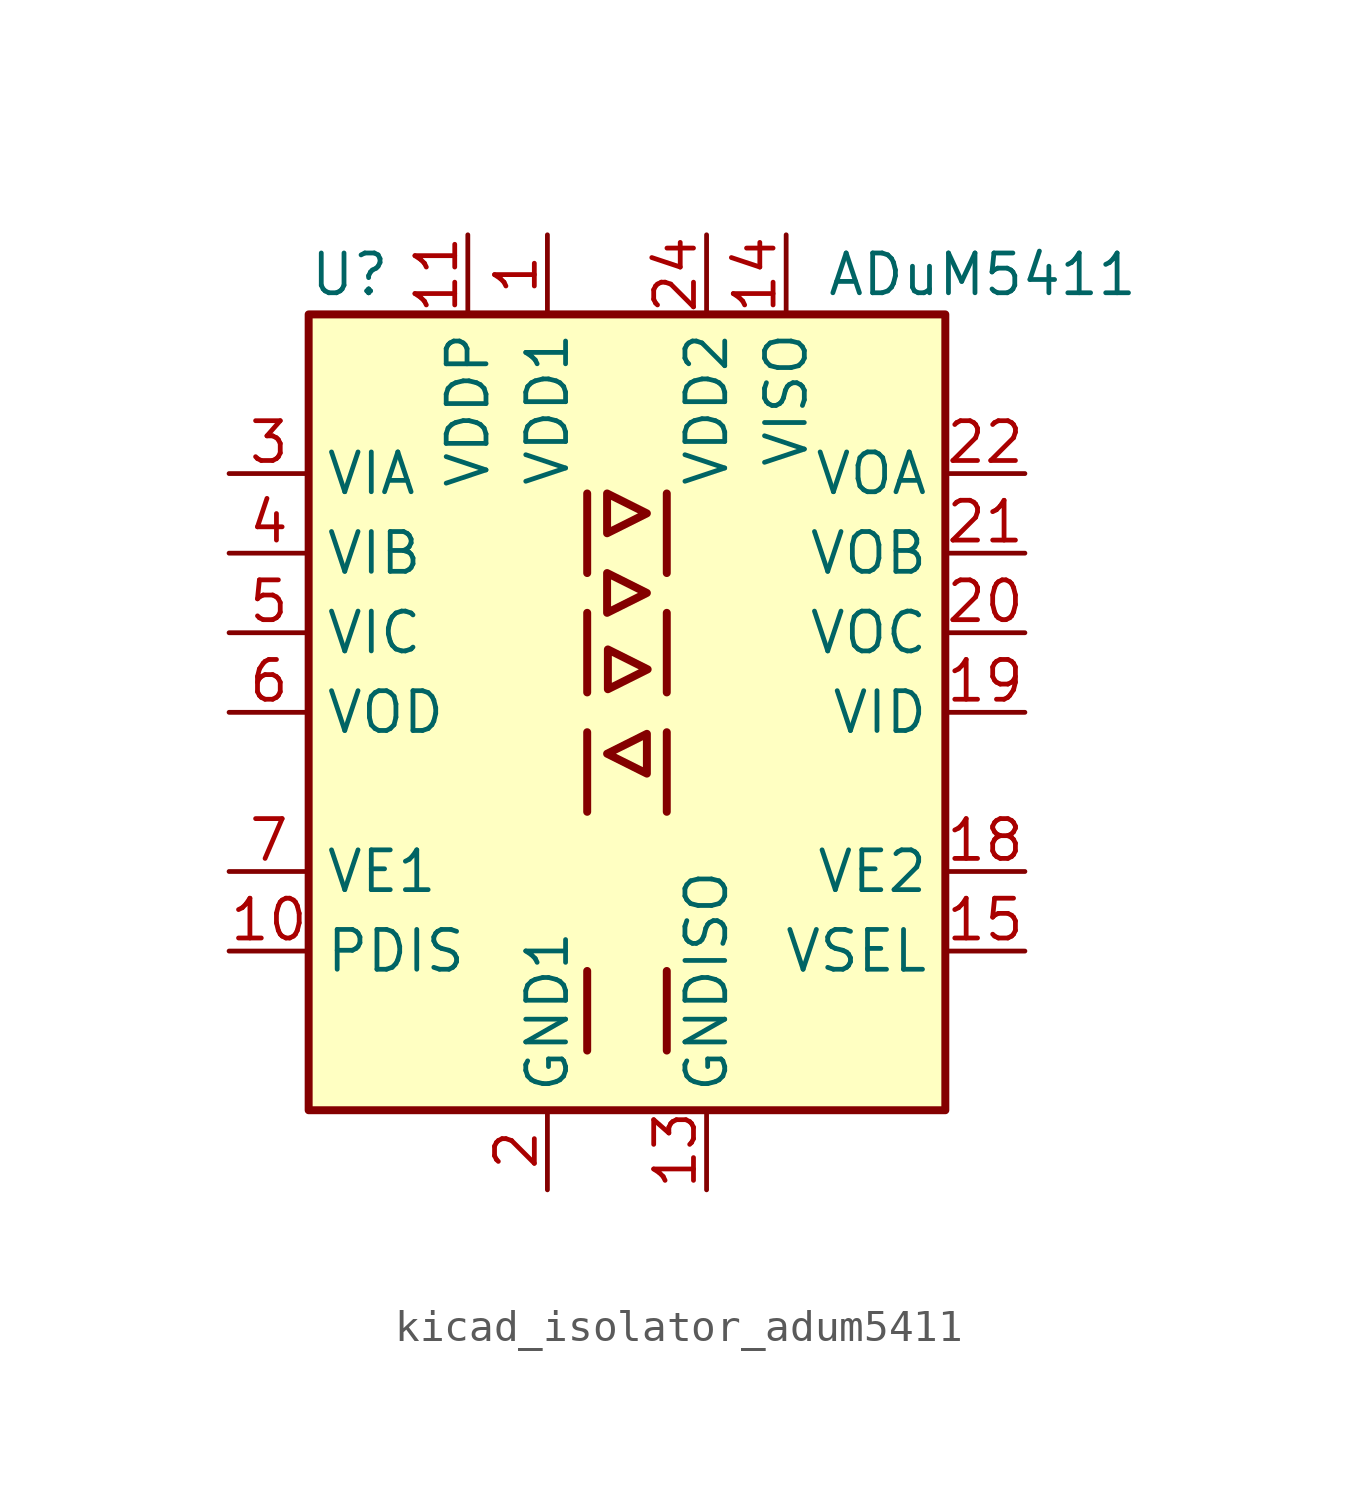
<source format=kicad_sym>
(kicad_symbol_lib
  (version 20220914)
  (generator kicad_symbol_editor)
  (symbol "kicad_isolator_adum5411"
    (property "Reference" "U"
      (at -10.16 13.97 0)
      (effects (font (size 1.27 1.27)) (justify left)))
    (property "Value" "ADuM5411"
      (at 6.35 13.97 0)
      (effects (font (size 1.27 1.27)) (justify left)))
    (symbol "kicad_isolator_adum5411_1_1"
      (rectangle (start -10.16 12.7) (end 10.16 -12.7) (stroke (width 0.254) (type default)) (fill (type background)))
      (polyline (pts (xy -1.27 -8.255) (xy -1.27 -10.795)) (stroke (width 0.254) (type default)) (fill (type none)))
      (polyline (pts (xy -1.27 -0.635) (xy -1.27 -3.175)) (stroke (width 0.254) (type default)) (fill (type none)))
      (polyline (pts (xy -1.27 3.175) (xy -1.27 0.635)) (stroke (width 0.254) (type default)) (fill (type none)))
      (polyline (pts (xy -1.27 6.985) (xy -1.27 4.445)) (stroke (width 0.254) (type default)) (fill (type none)))
      (polyline (pts (xy 1.27 -8.255) (xy 1.27 -10.795)) (stroke (width 0.254) (type default)) (fill (type none)))
      (polyline (pts (xy 1.27 -0.635) (xy 1.27 -3.175)) (stroke (width 0.254) (type default)) (fill (type none)))
      (polyline (pts (xy 1.27 3.175) (xy 1.27 0.635)) (stroke (width 0.254) (type default)) (fill (type none)))
      (polyline (pts (xy 1.27 6.985) (xy 1.27 4.445)) (stroke (width 0.254) (type default)) (fill (type none)))
      (polyline (pts (xy -0.635 4.445) (xy -0.635 3.175) (xy 0.635 3.81) (xy -0.635 4.445)) (stroke (width 0.254) (type default)) (fill (type none)))
      (polyline (pts (xy -0.635 5.715) (xy 0.635 6.35) (xy -0.635 6.985) (xy -0.635 5.715)) (stroke (width 0.254) (type default)) (fill (type none)))
      (polyline (pts (xy -0.61 2.007) (xy 0.66 1.372) (xy -0.61 0.737) (xy -0.61 2.007)) (stroke (width 0.254) (type default)) (fill (type none)))
      (polyline (pts (xy 0.635 -0.686) (xy 0.635 -1.956) (xy -0.635 -1.321) (xy 0.635 -0.686)) (stroke (width 0.254) (type default)) (fill (type none)))
      (pin power_in line (at -2.54 15.24 270) (length 2.54) (name "VDD1" (effects (font (size 1.27 1.27)))) (number "1" (effects (font (size 1.27 1.27)))))
      (pin input line (at -12.7 -7.62 0) (length 2.54) (name "PDIS" (effects (font (size 1.27 1.27)))) (number "10" (effects (font (size 1.27 1.27)))))
      (pin power_in line (at -5.08 15.24 270) (length 2.54) (name "VDDP" (effects (font (size 1.27 1.27)))) (number "11" (effects (font (size 1.27 1.27)))))
      (pin passive line (at -2.54 -15.24 90) (length 2.54) hide (name "GND1" (effects (font (size 1.27 1.27)))) (number "12" (effects (font (size 1.27 1.27)))))
      (pin power_in line (at 2.54 -15.24 90) (length 2.54) (name "GNDISO" (effects (font (size 1.27 1.27)))) (number "13" (effects (font (size 1.27 1.27)))))
      (pin power_out line (at 5.08 15.24 270) (length 2.54) (name "VISO" (effects (font (size 1.27 1.27)))) (number "14" (effects (font (size 1.27 1.27)))))
      (pin input line (at 12.7 -7.62 180) (length 2.54) (name "VSEL" (effects (font (size 1.27 1.27)))) (number "15" (effects (font (size 1.27 1.27)))))
      (pin passive line (at 2.54 -15.24 90) (length 2.54) hide (name "GNDISO" (effects (font (size 1.27 1.27)))) (number "16" (effects (font (size 1.27 1.27)))))
      (pin no_connect line (at 10.16 -2.54 180) (length 2.54) hide (name "NC" (effects (font (size 1.27 1.27)))) (number "17" (effects (font (size 1.27 1.27)))))
      (pin input line (at 12.7 -5.08 180) (length 2.54) (name "VE2" (effects (font (size 1.27 1.27)))) (number "18" (effects (font (size 1.27 1.27)))))
      (pin input line (at 12.7 0 180) (length 2.54) (name "VID" (effects (font (size 1.27 1.27)))) (number "19" (effects (font (size 1.27 1.27)))))
      (pin power_in line (at -2.54 -15.24 90) (length 2.54) (name "GND1" (effects (font (size 1.27 1.27)))) (number "2" (effects (font (size 1.27 1.27)))))
      (pin output line (at 12.7 2.54 180) (length 2.54) (name "VOC" (effects (font (size 1.27 1.27)))) (number "20" (effects (font (size 1.27 1.27)))))
      (pin output line (at 12.7 5.08 180) (length 2.54) (name "VOB" (effects (font (size 1.27 1.27)))) (number "21" (effects (font (size 1.27 1.27)))))
      (pin output line (at 12.7 7.62 180) (length 2.54) (name "VOA" (effects (font (size 1.27 1.27)))) (number "22" (effects (font (size 1.27 1.27)))))
      (pin passive line (at 2.54 -15.24 90) (length 2.54) hide (name "GNDISO" (effects (font (size 1.27 1.27)))) (number "23" (effects (font (size 1.27 1.27)))))
      (pin power_in line (at 2.54 15.24 270) (length 2.54) (name "VDD2" (effects (font (size 1.27 1.27)))) (number "24" (effects (font (size 1.27 1.27)))))
      (pin input line (at -12.7 7.62 0) (length 2.54) (name "VIA" (effects (font (size 1.27 1.27)))) (number "3" (effects (font (size 1.27 1.27)))))
      (pin input line (at -12.7 5.08 0) (length 2.54) (name "VIB" (effects (font (size 1.27 1.27)))) (number "4" (effects (font (size 1.27 1.27)))))
      (pin input line (at -12.7 2.54 0) (length 2.54) (name "VIC" (effects (font (size 1.27 1.27)))) (number "5" (effects (font (size 1.27 1.27)))))
      (pin output line (at -12.7 0 0) (length 2.54) (name "VOD" (effects (font (size 1.27 1.27)))) (number "6" (effects (font (size 1.27 1.27)))))
      (pin input line (at -12.7 -5.08 0) (length 2.54) (name "VE1" (effects (font (size 1.27 1.27)))) (number "7" (effects (font (size 1.27 1.27)))))
      (pin no_connect line (at -10.16 -2.54 0) (length 2.54) hide (name "NC" (effects (font (size 1.27 1.27)))) (number "8" (effects (font (size 1.27 1.27)))))
      (pin passive line (at -2.54 -15.24 90) (length 2.54) hide (name "GND1" (effects (font (size 1.27 1.27)))) (number "9" (effects (font (size 1.27 1.27))))))))
</source>
